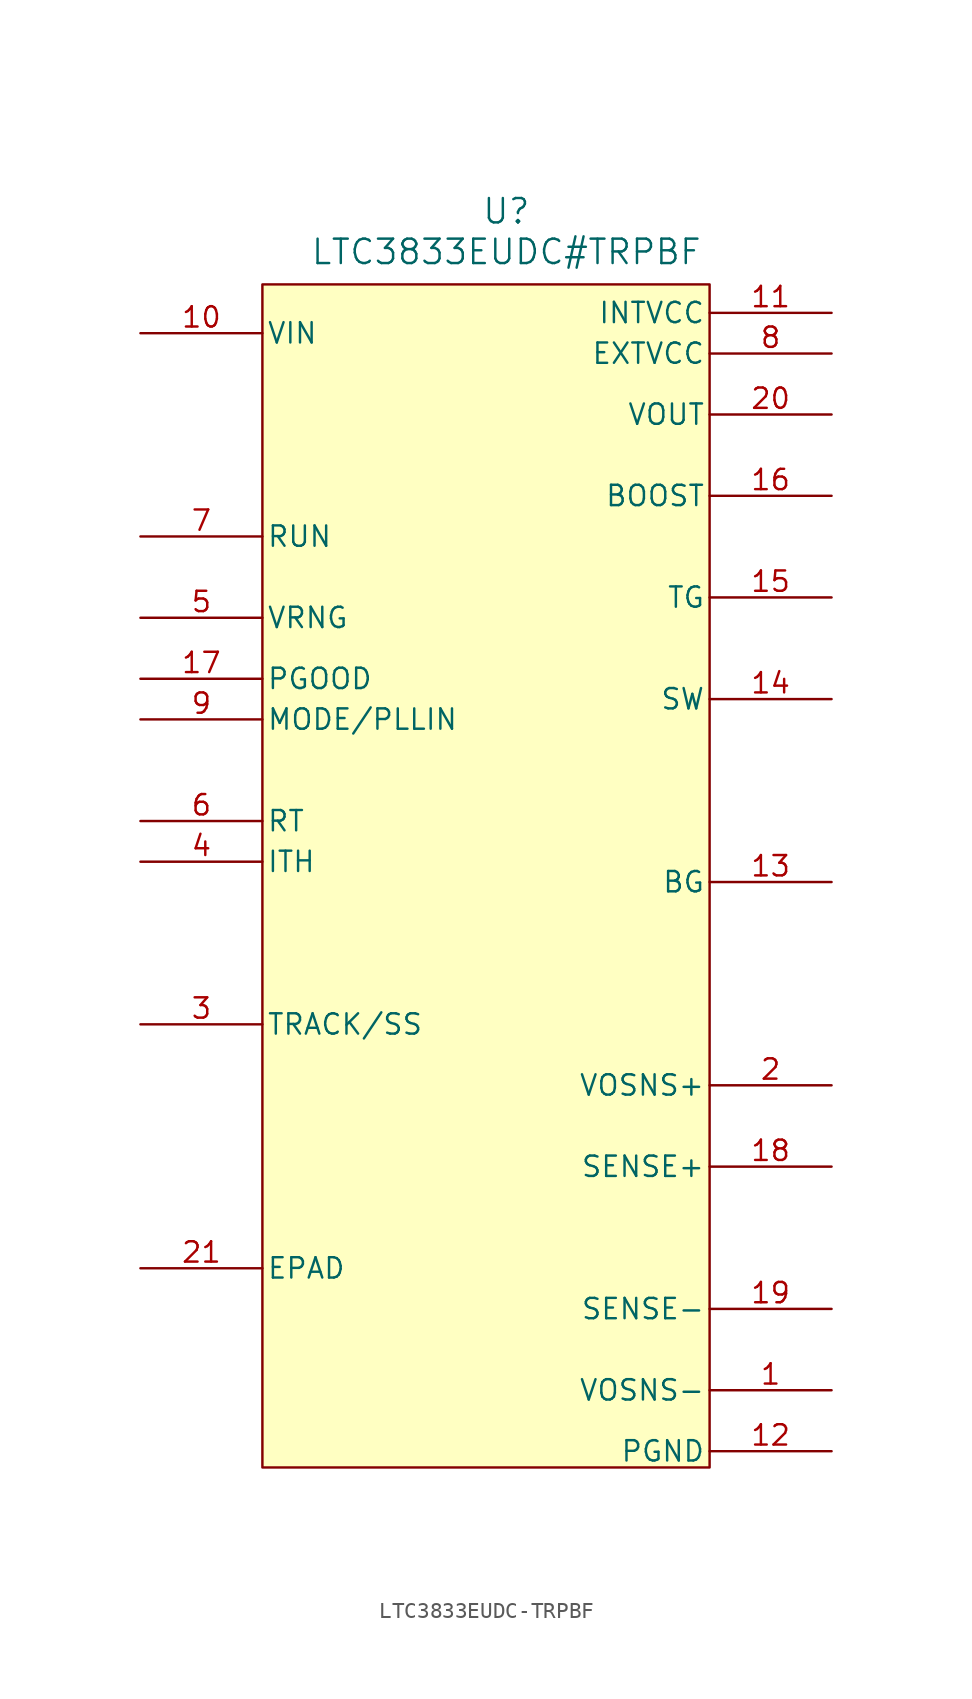
<source format=kicad_sym>
(kicad_symbol_lib
  (version 20220914)
  (generator kicad_symbol_editor)
  (symbol "LTC3833EUDC-TRPBF"
    (pin_names
      (offset 0.254))
    (property "Reference" "U"
      (at 27.94 10.16 0)
      (effects (font (size 1.524 1.524))))
    (property "Value" "LTC3833EUDC#TRPBF"
      (at 27.94 7.62 0)
      (effects (font (size 1.524 1.524))))
    (symbol "LTC3833EUDC-TRPBF_0_1"
      (rectangle (start 12.7 5.588) (end 40.64 -68.326) (stroke (width 0) (type default)) (fill (type background)))
      (pin passive line (at 48.26 -63.5 180) (length 7.62) (name "VOSNS-" (effects (font (size 1.27 1.27)))) (number "1" (effects (font (size 1.27 1.27)))))
      (pin input line (at 5.08 2.54 0) (length 7.62) (name "VIN" (effects (font (size 1.27 1.27)))) (number "10" (effects (font (size 1.27 1.27)))))
      (pin output line (at 48.26 3.81 180) (length 7.62) (name "INTVCC" (effects (font (size 1.27 1.27)))) (number "11" (effects (font (size 1.27 1.27)))))
      (pin power_in line (at 48.26 -67.31 180) (length 7.62) (name "PGND" (effects (font (size 1.27 1.27)))) (number "12" (effects (font (size 1.27 1.27)))))
      (pin output line (at 48.26 -31.75 180) (length 7.62) (name "BG" (effects (font (size 1.27 1.27)))) (number "13" (effects (font (size 1.27 1.27)))))
      (pin output line (at 48.26 -13.97 180) (length 7.62) (name "TG" (effects (font (size 1.27 1.27)))) (number "15" (effects (font (size 1.27 1.27)))))
      (pin output line (at 5.08 -19.05 0) (length 7.62) (name "PGOOD" (effects (font (size 1.27 1.27)))) (number "17" (effects (font (size 1.27 1.27)))))
      (pin input line (at 48.26 -49.53 180) (length 7.62) (name "SENSE+" (effects (font (size 1.27 1.27)))) (number "18" (effects (font (size 1.27 1.27)))))
      (pin input line (at 48.26 -58.42 180) (length 7.62) (name "SENSE-" (effects (font (size 1.27 1.27)))) (number "19" (effects (font (size 1.27 1.27)))))
      (pin output line (at 48.26 -44.45 180) (length 7.62) (name "VOSNS+" (effects (font (size 1.27 1.27)))) (number "2" (effects (font (size 1.27 1.27)))))
      (pin passive line (at 5.08 -55.88 0) (length 7.62) (name "EPAD" (effects (font (size 1.27 1.27)))) (number "21" (effects (font (size 1.27 1.27)))))
      (pin bidirectional line (at 5.08 -40.64 0) (length 7.62) (name "TRACK/SS" (effects (font (size 1.27 1.27)))) (number "3" (effects (font (size 1.27 1.27)))))
      (pin input line (at 5.08 -15.24 0) (length 7.62) (name "VRNG" (effects (font (size 1.27 1.27)))) (number "5" (effects (font (size 1.27 1.27)))))
      (pin input line (at 5.08 -10.16 0) (length 7.62) (name "RUN" (effects (font (size 1.27 1.27)))) (number "7" (effects (font (size 1.27 1.27)))))
      (pin input line (at 48.26 1.27 180) (length 7.62) (name "EXTVCC" (effects (font (size 1.27 1.27)))) (number "8" (effects (font (size 1.27 1.27)))))
      (pin input line (at 5.08 -21.59 0) (length 7.62) (name "MODE/PLLIN" (effects (font (size 1.27 1.27)))) (number "9" (effects (font (size 1.27 1.27))))))
    (symbol "LTC3833EUDC-TRPBF_1_1"
      (pin passive line (at 48.26 -20.32 180) (length 7.62) (name "SW" (effects (font (size 1.27 1.27)))) (number "14" (effects (font (size 1.27 1.27)))))
      (pin passive line (at 48.26 -7.62 180) (length 7.62) (name "BOOST" (effects (font (size 1.27 1.27)))) (number "16" (effects (font (size 1.27 1.27)))))
      (pin input line (at 48.26 -2.54 180) (length 7.62) (name "VOUT" (effects (font (size 1.27 1.27)))) (number "20" (effects (font (size 1.27 1.27)))))
      (pin passive line (at 5.08 -30.48 0) (length 7.62) (name "ITH" (effects (font (size 1.27 1.27)))) (number "4" (effects (font (size 1.27 1.27)))))
      (pin passive line (at 5.08 -27.94 0) (length 7.62) (name "RT" (effects (font (size 1.27 1.27)))) (number "6" (effects (font (size 1.27 1.27))))))))
</source>
